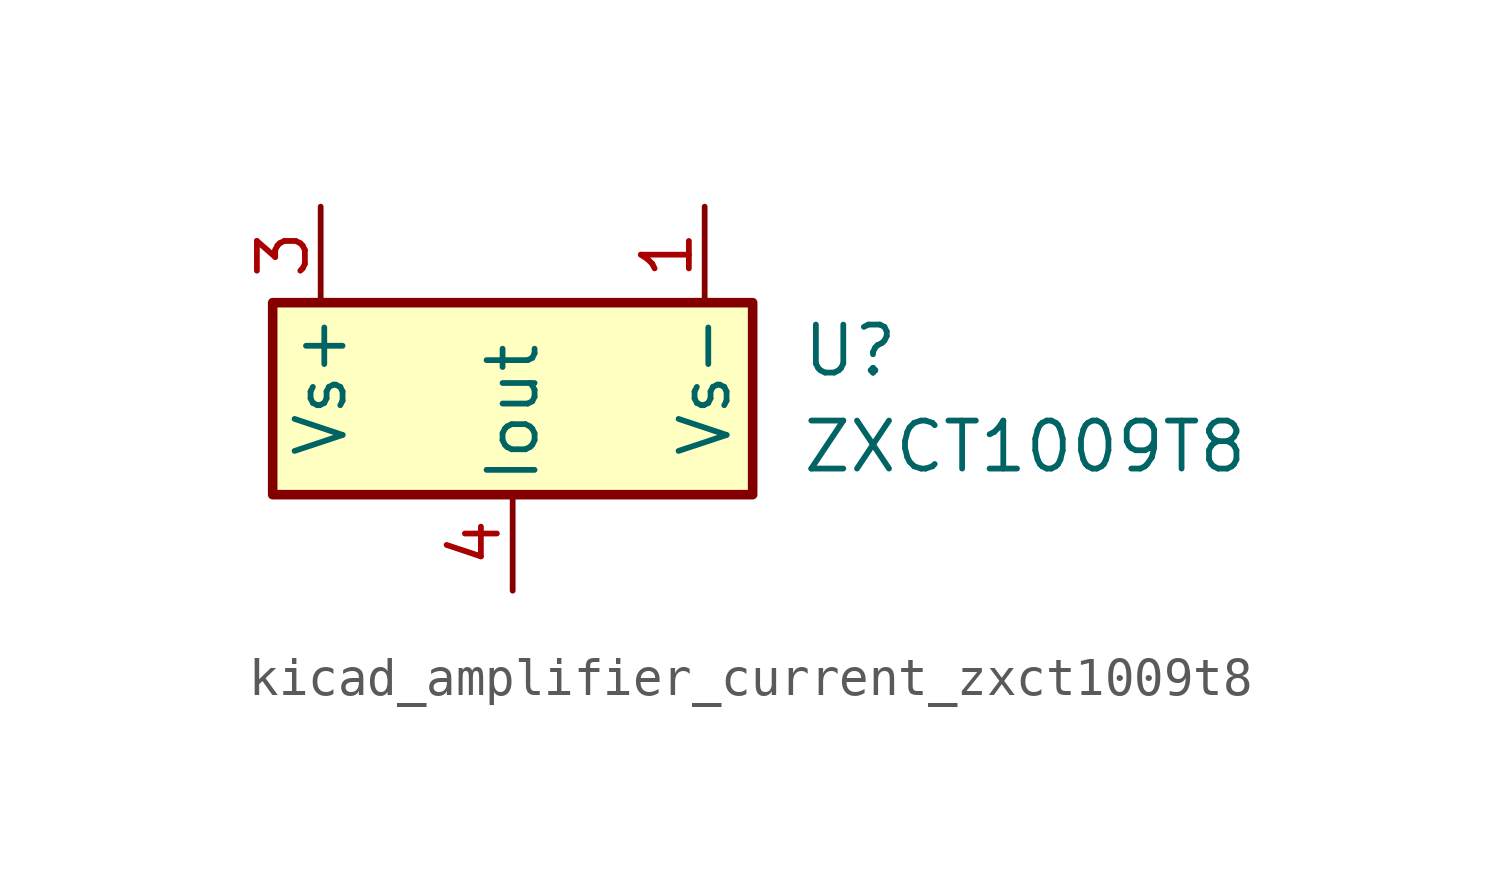
<source format=kicad_sym>
(kicad_symbol_lib
  (version 20220914)
  (generator kicad_symbol_editor)
  (symbol "kicad_amplifier_current_zxct1009t8"
    (pin_names
      (offset 0.254))
    (property "Reference" "U"
      (at 7.62 1.27 0)
      (effects (font (size 1.27 1.27)) (justify left)))
    (property "Value" "ZXCT1009T8"
      (at 7.62 -1.27 0)
      (effects (font (size 1.27 1.27)) (justify left)))
    (symbol "kicad_amplifier_current_zxct1009t8_0_1"
      (rectangle (start -6.35 2.54) (end 6.35 -2.54) (stroke (width 0.254) (type default)) (fill (type background))))
    (symbol "kicad_amplifier_current_zxct1009t8_1_1"
      (pin input line (at 5.08 5.08 270) (length 2.54) (name "Vs-" (effects (font (size 1.27 1.27)))) (number "1" (effects (font (size 1.27 1.27)))))
      (pin no_connect line (at -2.54 2.54 270) (length 2.54) hide (name "NC" (effects (font (size 1.27 1.27)))) (number "2" (effects (font (size 1.27 1.27)))))
      (pin input line (at -5.08 5.08 270) (length 2.54) (name "Vs+" (effects (font (size 1.27 1.27)))) (number "3" (effects (font (size 1.27 1.27)))))
      (pin output line (at 0 -5.08 90) (length 2.54) (name "Iout" (effects (font (size 1.27 1.27)))) (number "4" (effects (font (size 1.27 1.27)))))
      (pin no_connect line (at 0 2.54 270) (length 2.54) hide (name "NC" (effects (font (size 1.27 1.27)))) (number "5" (effects (font (size 1.27 1.27)))))
      (pin no_connect line (at 2.54 2.54 270) (length 2.54) hide (name "NC" (effects (font (size 1.27 1.27)))) (number "6" (effects (font (size 1.27 1.27)))))
      (pin no_connect line (at -2.54 -2.54 90) (length 2.54) hide (name "NC" (effects (font (size 1.27 1.27)))) (number "7" (effects (font (size 1.27 1.27)))))
      (pin no_connect line (at 2.54 -2.54 90) (length 2.54) hide (name "NC" (effects (font (size 1.27 1.27)))) (number "8" (effects (font (size 1.27 1.27))))))))
</source>
